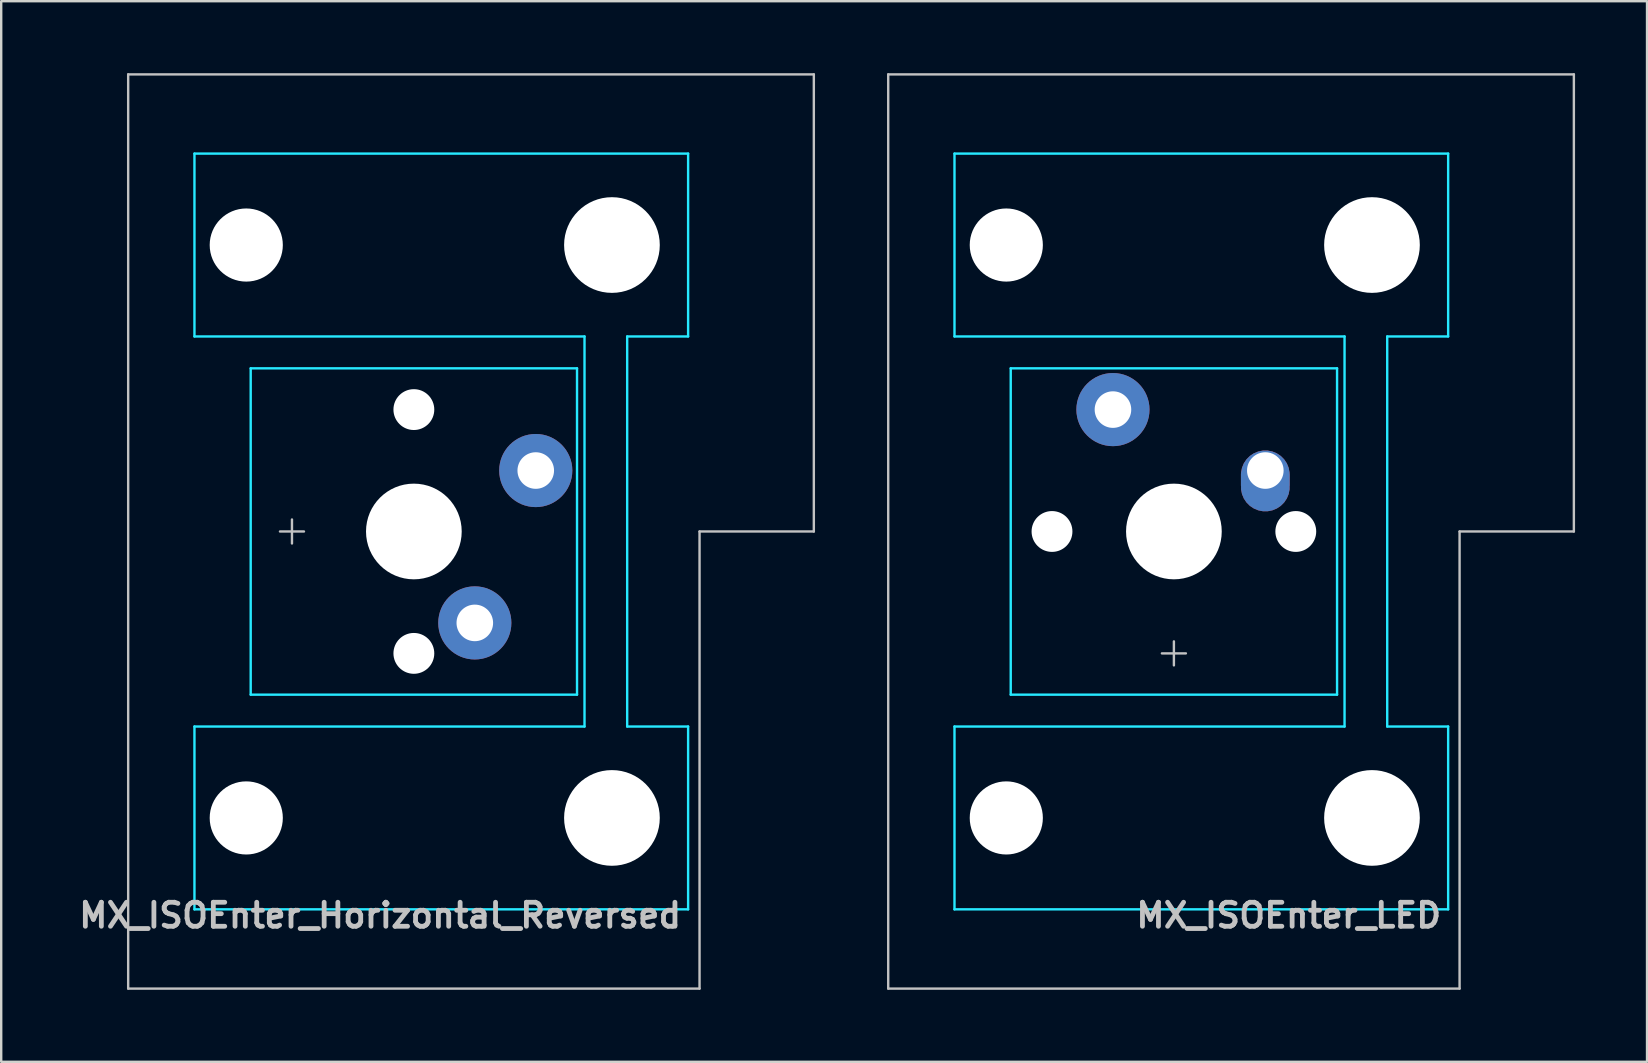
<source format=kicad_pcb>
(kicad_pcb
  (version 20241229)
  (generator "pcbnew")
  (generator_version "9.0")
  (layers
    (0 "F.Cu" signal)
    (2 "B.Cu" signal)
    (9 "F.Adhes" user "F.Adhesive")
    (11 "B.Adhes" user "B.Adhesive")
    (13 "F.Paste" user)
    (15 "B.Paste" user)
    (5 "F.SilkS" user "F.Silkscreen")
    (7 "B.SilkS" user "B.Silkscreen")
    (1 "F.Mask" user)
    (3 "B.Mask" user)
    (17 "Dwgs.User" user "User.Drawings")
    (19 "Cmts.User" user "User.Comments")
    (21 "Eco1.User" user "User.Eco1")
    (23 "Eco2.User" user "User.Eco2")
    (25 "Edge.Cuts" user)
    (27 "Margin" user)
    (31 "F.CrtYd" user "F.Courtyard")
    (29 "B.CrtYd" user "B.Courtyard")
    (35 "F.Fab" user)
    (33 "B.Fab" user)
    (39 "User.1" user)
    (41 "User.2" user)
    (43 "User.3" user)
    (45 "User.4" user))
  (footprint "MX_ISOEnter_LED"
    (layer "F.Cu")
    (at 45.873 19.1)
    (property "Reference" "MX_ISOEnter_LED" (at 11.25 16 0) (layer "Dwgs.User") (effects (font (size 1 1) (thickness 0.2)) (justify right)))
    (attr through_hole)
    (fp_line (start -11.906 19.05) (end -11.906 -19.05) (stroke (width 0.1) (type solid)) (layer "Dwgs.User"))
    (fp_line (start -0.5 5.08) (end 0.5 5.08) (stroke (width 0.1) (type solid)) (layer "Dwgs.User"))
    (fp_line (start 0 5.58) (end 0 4.58) (stroke (width 0.1) (type solid)) (layer "Dwgs.User"))
    (fp_line (start 11.906 19.05) (end -11.906 19.05) (stroke (width 0.1) (type solid)) (layer "Dwgs.User"))
    (fp_line (start 11.906 19.05) (end 11.906 0) (stroke (width 0.1) (type solid)) (layer "Dwgs.User"))
    (fp_line (start 16.669 -19.05) (end -11.906 -19.05) (stroke (width 0.1) (type solid)) (layer "Dwgs.User"))
    (fp_line (start 16.669 0) (end 11.906 0) (stroke (width 0.1) (type solid)) (layer "Dwgs.User"))
    (fp_line (start 16.669 0) (end 16.669 -19.05) (stroke (width 0.1) (type solid)) (layer "Dwgs.User"))
    (fp_line (start -7 -6.5) (end -7 6.5) (stroke (width 0.1) (type solid)) (layer "Eco1.User"))
    (fp_line (start -6.5 7) (end 6.5 7) (stroke (width 0.1) (type solid)) (layer "Eco1.User"))
    (fp_line (start -5.985 -8.938) (end -5.985 -14.938) (stroke (width 0.1) (type solid)) (layer "Eco1.User"))
    (fp_line (start -5.985 14.938) (end -5.985 8.938) (stroke (width 0.1) (type solid)) (layer "Eco1.User"))
    (fp_line (start -5.485 -8.438) (end 8.515 -8.438) (stroke (width 0.1) (type solid)) (layer "Eco1.User"))
    (fp_line (start -5.485 15.438) (end 8.515 15.438) (stroke (width 0.1) (type solid)) (layer "Eco1.User"))
    (fp_line (start 6.5 -7) (end -6.5 -7) (stroke (width 0.1) (type solid)) (layer "Eco1.User"))
    (fp_line (start 7 6.5) (end 7 -6.5) (stroke (width 0.1) (type solid)) (layer "Eco1.User"))
    (fp_line (start 8.515 -15.438) (end -5.485 -15.438) (stroke (width 0.1) (type solid)) (layer "Eco1.User"))
    (fp_line (start 8.515 8.438) (end -5.485 8.438) (stroke (width 0.1) (type solid)) (layer "Eco1.User"))
    (fp_line (start 9.015 -14.938) (end 9.015 -8.938) (stroke (width 0.1) (type solid)) (layer "Eco1.User"))
    (fp_line (start 9.015 8.938) (end 9.015 14.938) (stroke (width 0.1) (type solid)) (layer "Eco1.User"))
    (fp_arc (start -7 -6.5) (mid -6.853553 -6.853553) (end -6.5 -7) (stroke (width 0.1) (type solid)) (layer "Eco1.User"))
    (fp_arc (start -6.5 7) (mid -6.853553 6.853553) (end -7 6.5) (stroke (width 0.1) (type solid)) (layer "Eco1.User"))
    (fp_arc (start -5.985 -14.938) (mid -5.838553 -15.291553) (end -5.485 -15.438) (stroke (width 0.1) (type solid)) (layer "Eco1.User"))
    (fp_arc (start -5.985 8.938) (mid -5.838553 8.584447) (end -5.485 8.438) (stroke (width 0.1) (type solid)) (layer "Eco1.User"))
    (fp_arc (start -5.485 -8.438) (mid -5.838553 -8.584447) (end -5.985 -8.938) (stroke (width 0.1) (type solid)) (layer "Eco1.User"))
    (fp_arc (start -5.485 15.438) (mid -5.838553 15.291553) (end -5.985 14.938) (stroke (width 0.1) (type solid)) (layer "Eco1.User"))
    (fp_arc (start 6.5 -7) (mid 6.853553 -6.853553) (end 7 -6.5) (stroke (width 0.1) (type solid)) (layer "Eco1.User"))
    (fp_arc (start 7 6.5) (mid 6.853553 6.853553) (end 6.5 7) (stroke (width 0.1) (type solid)) (layer "Eco1.User"))
    (fp_arc (start 8.515 -15.438) (mid 8.868553 -15.291553) (end 9.015 -14.938) (stroke (width 0.1) (type solid)) (layer "Eco1.User"))
    (fp_arc (start 8.515 8.438) (mid 8.868553 8.584447) (end 9.015 8.938) (stroke (width 0.1) (type solid)) (layer "Eco1.User"))
    (fp_arc (start 9.015 -8.938) (mid 8.868553 -8.584447) (end 8.515 -8.438) (stroke (width 0.1) (type solid)) (layer "Eco1.User"))
    (fp_arc (start 9.015 14.938) (mid 8.868553 15.291553) (end 8.515 15.438) (stroke (width 0.1) (type solid)) (layer "Eco1.User"))
    (fp_line (start -9.144 -15.748) (end 11.43 -15.748) (stroke (width 0.1) (type solid)) (layer "B.CrtYd"))
    (fp_line (start -9.144 -8.128) (end -9.144 -15.748) (stroke (width 0.1) (type solid)) (layer "B.CrtYd"))
    (fp_line (start -9.144 -8.128) (end 7.112 -8.128) (stroke (width 0.1) (type solid)) (layer "B.CrtYd"))
    (fp_line (start -9.144 8.128) (end 7.112 8.128) (stroke (width 0.1) (type solid)) (layer "B.CrtYd"))
    (fp_line (start -9.144 15.748) (end -9.144 8.128) (stroke (width 0.1) (type solid)) (layer "B.CrtYd"))
    (fp_line (start -6.8 6.8) (end -6.8 -6.8) (stroke (width 0.1) (type solid)) (layer "B.CrtYd"))
    (fp_line (start 6.8 -6.8) (end -6.8 -6.8) (stroke (width 0.1) (type solid)) (layer "B.CrtYd"))
    (fp_line (start 6.8 6.8) (end -6.8 6.8) (stroke (width 0.1) (type solid)) (layer "B.CrtYd"))
    (fp_line (start 6.8 6.8) (end 6.8 -6.8) (stroke (width 0.1) (type solid)) (layer "B.CrtYd"))
    (fp_line (start 7.112 8.128) (end 7.112 -8.128) (stroke (width 0.1) (type solid)) (layer "B.CrtYd"))
    (fp_line (start 8.89 8.128) (end 8.89 -8.128) (stroke (width 0.1) (type solid)) (layer "B.CrtYd"))
    (fp_line (start 11.43 -15.748) (end 11.43 -8.128) (stroke (width 0.1) (type solid)) (layer "B.CrtYd"))
    (fp_line (start 11.43 -8.128) (end 8.89 -8.128) (stroke (width 0.1) (type solid)) (layer "B.CrtYd"))
    (fp_line (start 11.43 8.128) (end 8.89 8.128) (stroke (width 0.1) (type solid)) (layer "B.CrtYd"))
    (fp_line (start 11.43 8.128) (end 11.43 15.748) (stroke (width 0.1) (type solid)) (layer "B.CrtYd"))
    (fp_line (start 11.43 15.748) (end -9.144 15.748) (stroke (width 0.1) (type solid)) (layer "B.CrtYd"))
    (pad "" np_thru_hole circle (at -6.985 -11.938 90) (size 3.048 3.048) (drill 3.048) (layers "*.Cu" "*.Mask"))
    (pad "" smd circle (at -6.985 -11.938) (size 3.988 3.988) (layers "F.Mask"))
    (pad "" np_thru_hole circle (at -6.985 11.938 90) (size 3.048 3.048) (drill 3.048) (layers "*.Cu" "*.Mask"))
    (pad "" smd circle (at -6.985 11.938) (size 3.988 3.988) (layers "F.Mask"))
    (pad "" np_thru_hole circle (at -5.08 0) (size 1.702 1.702) (drill 1.702) (layers "*.Cu" "*.Mask"))
    (pad "" np_thru_hole circle (at 0 0) (size 3.988 3.988) (drill 3.988) (layers "*.Cu" "*.Mask"))
    (pad "" np_thru_hole circle (at 5.08 0) (size 1.702 1.702) (drill 1.702) (layers "*.Cu" "*.Mask"))
    (pad "" np_thru_hole circle (at 8.255 -11.938 90) (size 3.988 3.988) (drill 3.988) (layers "*.Cu" "*.Mask"))
    (pad "" np_thru_hole circle (at 8.255 11.938 90) (size 3.988 3.988) (drill 3.988) (layers "*.Cu" "*.Mask"))
    (pad "1" thru_hole circle (at -2.54 -5.08) (size 3.048 3.048) (drill 1.524) (layers "*.Cu" "*.Mask"))
    (pad "2" thru_hole custom (at 3.81 -2.54) (size 1.651 1.651) (drill 1.524) (layers "*.Cu" "*.Mask") (options (anchor circle)) (primitives (gr_circle (center 0 0.178) (end 1.016 0.178) (width 0) (fill yes)) (gr_circle (center 0 0.686) (end 1.016 0.686) (width 0) (fill yes)) (gr_poly (pts (xy 1.016 0.635) (xy -1.016 0.635) (xy -1.016 0.127) (xy 1.016 0.127)) (width 0) (fill yes)))))
  (footprint "MX_ISOEnter_Horizontal_Reversed"
    (layer "F.Cu")
    (at 14.198 19.1)
    (property "Reference" "MX_ISOEnter_Horizontal_Reversed" (at 11.25 16 0) (layer "Dwgs.User") (effects (font (size 1 1) (thickness 0.2)) (justify right)))
    (fp_line (start -11.906 19.05) (end -11.906 -19.05) (stroke (width 0.1) (type solid)) (layer "Dwgs.User"))
    (fp_line (start -5.58 0) (end -4.58 0) (stroke (width 0.1) (type solid)) (layer "Dwgs.User"))
    (fp_line (start -5.08 0.5) (end -5.08 -0.5) (stroke (width 0.1) (type solid)) (layer "Dwgs.User"))
    (fp_line (start 11.906 19.05) (end -11.906 19.05) (stroke (width 0.1) (type solid)) (layer "Dwgs.User"))
    (fp_line (start 11.906 19.05) (end 11.906 0) (stroke (width 0.1) (type solid)) (layer "Dwgs.User"))
    (fp_line (start 16.669 -19.05) (end -11.906 -19.05) (stroke (width 0.1) (type solid)) (layer "Dwgs.User"))
    (fp_line (start 16.669 0) (end 11.906 0) (stroke (width 0.1) (type solid)) (layer "Dwgs.User"))
    (fp_line (start 16.669 0) (end 16.669 -19.05) (stroke (width 0.1) (type solid)) (layer "Dwgs.User"))
    (fp_line (start -7 -6.5) (end -7 6.5) (stroke (width 0.1) (type solid)) (layer "Eco1.User"))
    (fp_line (start -6.5 7) (end 6.5 7) (stroke (width 0.1) (type solid)) (layer "Eco1.User"))
    (fp_line (start -5.985 -8.938) (end -5.985 -14.938) (stroke (width 0.1) (type solid)) (layer "Eco1.User"))
    (fp_line (start -5.985 14.938) (end -5.985 8.938) (stroke (width 0.1) (type solid)) (layer "Eco1.User"))
    (fp_line (start -5.485 -8.438) (end 8.515 -8.438) (stroke (width 0.1) (type solid)) (layer "Eco1.User"))
    (fp_line (start -5.485 15.438) (end 8.515 15.438) (stroke (width 0.1) (type solid)) (layer "Eco1.User"))
    (fp_line (start 6.5 -7) (end -6.5 -7) (stroke (width 0.1) (type solid)) (layer "Eco1.User"))
    (fp_line (start 7 6.5) (end 7 -6.5) (stroke (width 0.1) (type solid)) (layer "Eco1.User"))
    (fp_line (start 8.515 -15.438) (end -5.485 -15.438) (stroke (width 0.1) (type solid)) (layer "Eco1.User"))
    (fp_line (start 8.515 8.438) (end -5.485 8.438) (stroke (width 0.1) (type solid)) (layer "Eco1.User"))
    (fp_line (start 9.015 -14.938) (end 9.015 -8.938) (stroke (width 0.1) (type solid)) (layer "Eco1.User"))
    (fp_line (start 9.015 8.938) (end 9.015 14.938) (stroke (width 0.1) (type solid)) (layer "Eco1.User"))
    (fp_arc (start -7 -6.5) (mid -6.853553 -6.853553) (end -6.5 -7) (stroke (width 0.1) (type solid)) (layer "Eco1.User"))
    (fp_arc (start -6.5 7) (mid -6.853553 6.853553) (end -7 6.5) (stroke (width 0.1) (type solid)) (layer "Eco1.User"))
    (fp_arc (start -5.985 -14.938) (mid -5.838553 -15.291553) (end -5.485 -15.438) (stroke (width 0.1) (type solid)) (layer "Eco1.User"))
    (fp_arc (start -5.985 8.938) (mid -5.838553 8.584447) (end -5.485 8.438) (stroke (width 0.1) (type solid)) (layer "Eco1.User"))
    (fp_arc (start -5.485 -8.438) (mid -5.838553 -8.584447) (end -5.985 -8.938) (stroke (width 0.1) (type solid)) (layer "Eco1.User"))
    (fp_arc (start -5.485 15.438) (mid -5.838553 15.291553) (end -5.985 14.938) (stroke (width 0.1) (type solid)) (layer "Eco1.User"))
    (fp_arc (start 6.5 -7) (mid 6.853553 -6.853553) (end 7 -6.5) (stroke (width 0.1) (type solid)) (layer "Eco1.User"))
    (fp_arc (start 7 6.5) (mid 6.853553 6.853553) (end 6.5 7) (stroke (width 0.1) (type solid)) (layer "Eco1.User"))
    (fp_arc (start 8.515 -15.438) (mid 8.868553 -15.291553) (end 9.015 -14.938) (stroke (width 0.1) (type solid)) (layer "Eco1.User"))
    (fp_arc (start 8.515 8.438) (mid 8.868553 8.584447) (end 9.015 8.938) (stroke (width 0.1) (type solid)) (layer "Eco1.User"))
    (fp_arc (start 9.015 -8.938) (mid 8.868553 -8.584447) (end 8.515 -8.438) (stroke (width 0.1) (type solid)) (layer "Eco1.User"))
    (fp_arc (start 9.015 14.938) (mid 8.868553 15.291553) (end 8.515 15.438) (stroke (width 0.1) (type solid)) (layer "Eco1.User"))
    (fp_line (start -9.144 -15.748) (end 11.43 -15.748) (stroke (width 0.1) (type solid)) (layer "B.CrtYd"))
    (fp_line (start -9.144 -8.128) (end -9.144 -15.748) (stroke (width 0.1) (type solid)) (layer "B.CrtYd"))
    (fp_line (start -9.144 -8.128) (end 7.112 -8.128) (stroke (width 0.1) (type solid)) (layer "B.CrtYd"))
    (fp_line (start -9.144 8.128) (end 7.112 8.128) (stroke (width 0.1) (type solid)) (layer "B.CrtYd"))
    (fp_line (start -9.144 15.748) (end -9.144 8.128) (stroke (width 0.1) (type solid)) (layer "B.CrtYd"))
    (fp_line (start -6.8 -6.8) (end 6.8 -6.8) (stroke (width 0.1) (type solid)) (layer "B.CrtYd"))
    (fp_line (start -6.8 6.8) (end -6.8 -6.8) (stroke (width 0.1) (type solid)) (layer "B.CrtYd"))
    (fp_line (start -6.8 6.8) (end 6.8 6.8) (stroke (width 0.1) (type solid)) (layer "B.CrtYd"))
    (fp_line (start 6.8 6.8) (end 6.8 -6.8) (stroke (width 0.1) (type solid)) (layer "B.CrtYd"))
    (fp_line (start 7.112 8.128) (end 7.112 -8.128) (stroke (width 0.1) (type solid)) (layer "B.CrtYd"))
    (fp_line (start 8.89 8.128) (end 8.89 -8.128) (stroke (width 0.1) (type solid)) (layer "B.CrtYd"))
    (fp_line (start 11.43 -15.748) (end 11.43 -8.128) (stroke (width 0.1) (type solid)) (layer "B.CrtYd"))
    (fp_line (start 11.43 -8.128) (end 8.89 -8.128) (stroke (width 0.1) (type solid)) (layer "B.CrtYd"))
    (fp_line (start 11.43 8.128) (end 8.89 8.128) (stroke (width 0.1) (type solid)) (layer "B.CrtYd"))
    (fp_line (start 11.43 8.128) (end 11.43 15.748) (stroke (width 0.1) (type solid)) (layer "B.CrtYd"))
    (fp_line (start 11.43 15.748) (end -9.144 15.748) (stroke (width 0.1) (type solid)) (layer "B.CrtYd"))
    (pad "" np_thru_hole circle (at -6.985 -11.938 90) (size 3.048 3.048) (drill 3.048) (layers "*.Cu" "*.Mask"))
    (pad "" smd circle (at -6.985 -11.938 270) (size 3.988 3.988) (layers "F.Mask"))
    (pad "" np_thru_hole circle (at -6.985 11.938 90) (size 3.048 3.048) (drill 3.048) (layers "*.Cu" "*.Mask"))
    (pad "" smd circle (at -6.985 11.938 270) (size 3.988 3.988) (layers "F.Mask"))
    (pad "" np_thru_hole circle (at 0 -5.08 270) (size 1.702 1.702) (drill 1.702) (layers "*.Cu" "*.Mask"))
    (pad "" np_thru_hole circle (at 0 0 270) (size 3.988 3.988) (drill 3.988) (layers "*.Cu" "*.Mask"))
    (pad "" np_thru_hole circle (at 0 5.08 270) (size 1.702 1.702) (drill 1.702) (layers "*.Cu" "*.Mask"))
    (pad "" np_thru_hole circle (at 8.255 -11.938 90) (size 3.988 3.988) (drill 3.988) (layers "*.Cu" "*.Mask"))
    (pad "" np_thru_hole circle (at 8.255 11.938 90) (size 3.988 3.988) (drill 3.988) (layers "*.Cu" "*.Mask"))
    (pad "1" thru_hole circle (at 5.08 -2.54 270) (size 3.048 3.048) (drill 1.524) (layers "*.Cu" "*.Mask"))
    (pad "2" thru_hole circle (at 2.54 3.81 270) (size 3.048 3.048) (drill 1.524) (layers "*.Cu" "*.Mask")))
  (gr_rect
    (start -3 -3)
    (end 65.591 41.2)
    (stroke (width 0.1) (type default))
    (fill no)
    (layer "Edge.Cuts")))
</source>
